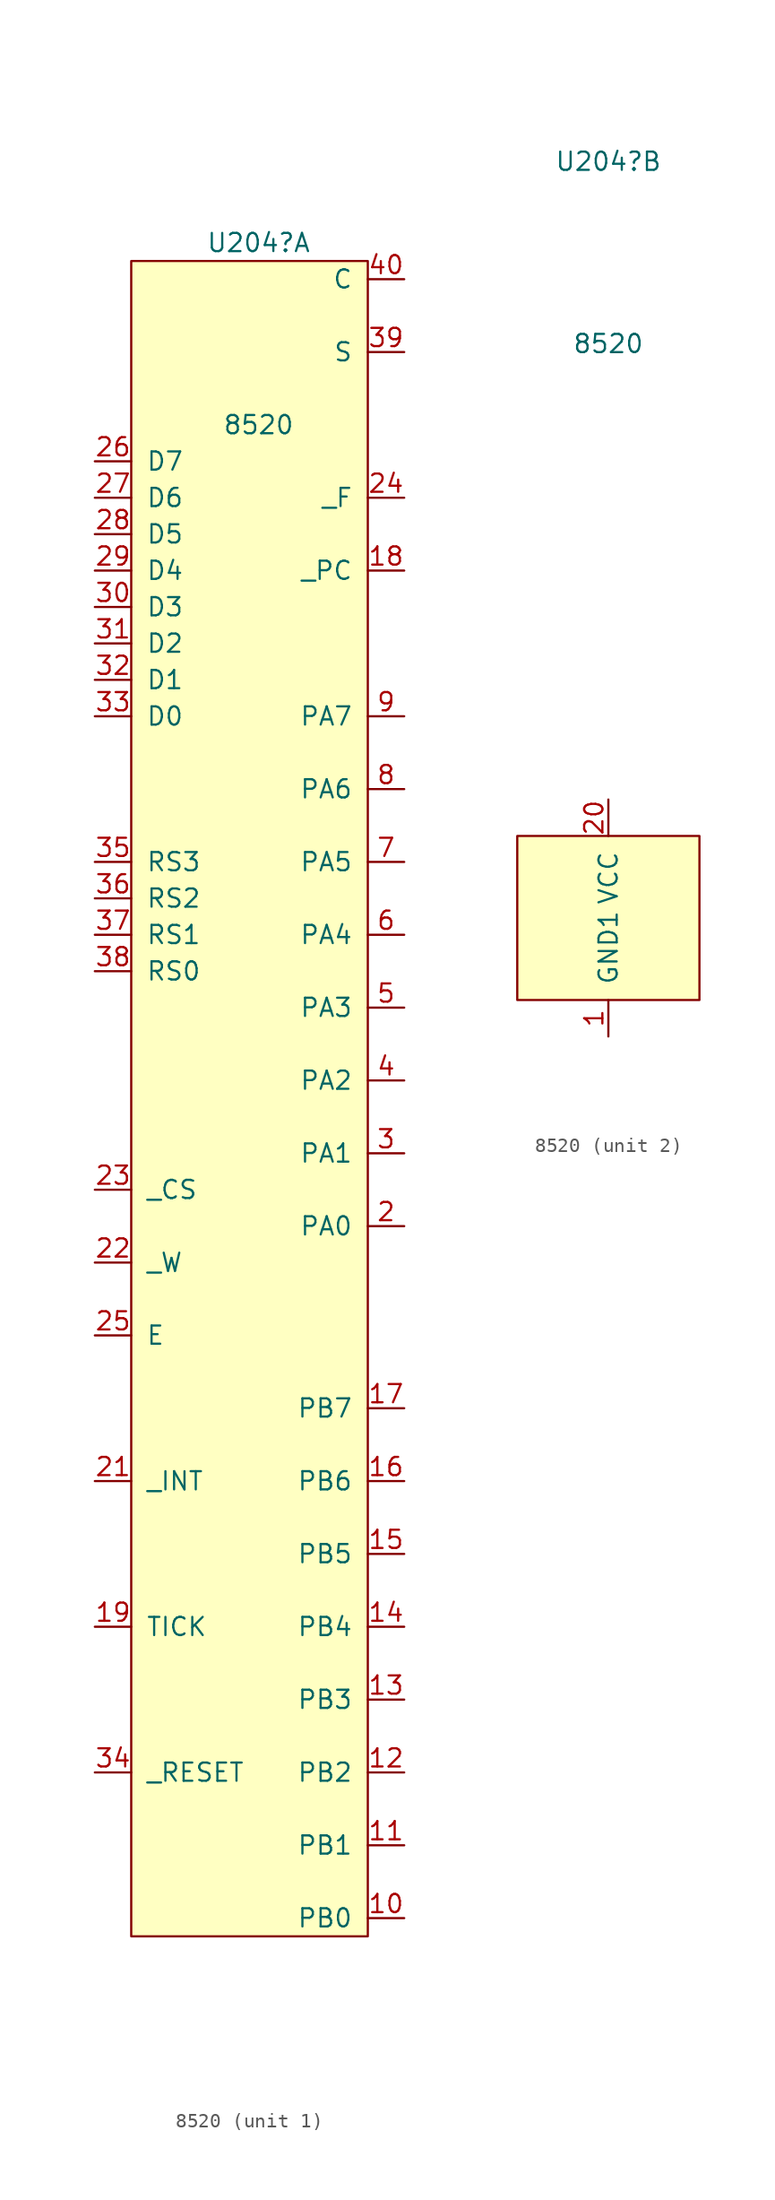
<source format=kicad_sym>
(kicad_symbol_lib
  (version 20220914)
  (generator kicad_symbol_editor)
  (symbol "8520"
    (pin_names
      (offset 1.016))
    (property "Reference" "U204"
      (at 0 53.34 0)
      (effects (font (size 1.27 1.27))))
    (property "Value" "8520"
      (at 0 40.64 0)
      (effects (font (size 1.27 1.27))))
    (property "ki_locked" ""
      (at 0 0 0)
      (effects (font (size 1.27 1.27))))
    (symbol "8520_1_1"
      (rectangle (start -8.89 52.07) (end 7.62 -64.77) (stroke (width 0) (type solid)) (fill (type background)))
      (pin bidirectional line (at 10.16 -63.5 180) (length 2.54) (name "PB0" (effects (font (size 1.27 1.27)))) (number "10" (effects (font (size 1.27 1.27)))))
      (pin bidirectional line (at 10.16 -58.42 180) (length 2.54) (name "PB1" (effects (font (size 1.27 1.27)))) (number "11" (effects (font (size 1.27 1.27)))))
      (pin bidirectional line (at 10.16 -53.34 180) (length 2.54) (name "PB2" (effects (font (size 1.27 1.27)))) (number "12" (effects (font (size 1.27 1.27)))))
      (pin bidirectional line (at 10.16 -48.26 180) (length 2.54) (name "PB3" (effects (font (size 1.27 1.27)))) (number "13" (effects (font (size 1.27 1.27)))))
      (pin bidirectional line (at 10.16 -43.18 180) (length 2.54) (name "PB4" (effects (font (size 1.27 1.27)))) (number "14" (effects (font (size 1.27 1.27)))))
      (pin bidirectional line (at 10.16 -38.1 180) (length 2.54) (name "PB5" (effects (font (size 1.27 1.27)))) (number "15" (effects (font (size 1.27 1.27)))))
      (pin bidirectional line (at 10.16 -33.02 180) (length 2.54) (name "PB6" (effects (font (size 1.27 1.27)))) (number "16" (effects (font (size 1.27 1.27)))))
      (pin bidirectional line (at 10.16 -27.94 180) (length 2.54) (name "PB7" (effects (font (size 1.27 1.27)))) (number "17" (effects (font (size 1.27 1.27)))))
      (pin output line (at 10.16 30.48 180) (length 2.54) (name "_PC" (effects (font (size 1.27 1.27)))) (number "18" (effects (font (size 1.27 1.27)))))
      (pin input line (at -11.43 -43.18 0) (length 2.54) (name "TICK" (effects (font (size 1.27 1.27)))) (number "19" (effects (font (size 1.27 1.27)))))
      (pin bidirectional line (at 10.16 -15.24 180) (length 2.54) (name "PA0" (effects (font (size 1.27 1.27)))) (number "2" (effects (font (size 1.27 1.27)))))
      (pin output line (at -11.43 -33.02 0) (length 2.54) (name "_INT" (effects (font (size 1.27 1.27)))) (number "21" (effects (font (size 1.27 1.27)))))
      (pin input line (at -11.43 -17.78 0) (length 2.54) (name "_W" (effects (font (size 1.27 1.27)))) (number "22" (effects (font (size 1.27 1.27)))))
      (pin input line (at -11.43 -12.7 0) (length 2.54) (name "_CS" (effects (font (size 1.27 1.27)))) (number "23" (effects (font (size 1.27 1.27)))))
      (pin input line (at 10.16 35.56 180) (length 2.54) (name "_F" (effects (font (size 1.27 1.27)))) (number "24" (effects (font (size 1.27 1.27)))))
      (pin input line (at -11.43 -22.86 0) (length 2.54) (name "E" (effects (font (size 1.27 1.27)))) (number "25" (effects (font (size 1.27 1.27)))))
      (pin bidirectional line (at -11.43 38.1 0) (length 2.54) (name "D7" (effects (font (size 1.27 1.27)))) (number "26" (effects (font (size 1.27 1.27)))))
      (pin bidirectional line (at -11.43 35.56 0) (length 2.54) (name "D6" (effects (font (size 1.27 1.27)))) (number "27" (effects (font (size 1.27 1.27)))))
      (pin bidirectional line (at -11.43 33.02 0) (length 2.54) (name "D5" (effects (font (size 1.27 1.27)))) (number "28" (effects (font (size 1.27 1.27)))))
      (pin bidirectional line (at -11.43 30.48 0) (length 2.54) (name "D4" (effects (font (size 1.27 1.27)))) (number "29" (effects (font (size 1.27 1.27)))))
      (pin bidirectional line (at 10.16 -10.16 180) (length 2.54) (name "PA1" (effects (font (size 1.27 1.27)))) (number "3" (effects (font (size 1.27 1.27)))))
      (pin bidirectional line (at -11.43 27.94 0) (length 2.54) (name "D3" (effects (font (size 1.27 1.27)))) (number "30" (effects (font (size 1.27 1.27)))))
      (pin bidirectional line (at -11.43 25.4 0) (length 2.54) (name "D2" (effects (font (size 1.27 1.27)))) (number "31" (effects (font (size 1.27 1.27)))))
      (pin bidirectional line (at -11.43 22.86 0) (length 2.54) (name "D1" (effects (font (size 1.27 1.27)))) (number "32" (effects (font (size 1.27 1.27)))))
      (pin bidirectional line (at -11.43 20.32 0) (length 2.54) (name "D0" (effects (font (size 1.27 1.27)))) (number "33" (effects (font (size 1.27 1.27)))))
      (pin input line (at -11.43 -53.34 0) (length 2.54) (name "_RESET" (effects (font (size 1.27 1.27)))) (number "34" (effects (font (size 1.27 1.27)))))
      (pin input line (at -11.43 10.16 0) (length 2.54) (name "RS3" (effects (font (size 1.27 1.27)))) (number "35" (effects (font (size 1.27 1.27)))))
      (pin input line (at -11.43 7.62 0) (length 2.54) (name "RS2" (effects (font (size 1.27 1.27)))) (number "36" (effects (font (size 1.27 1.27)))))
      (pin input line (at -11.43 5.08 0) (length 2.54) (name "RS1" (effects (font (size 1.27 1.27)))) (number "37" (effects (font (size 1.27 1.27)))))
      (pin input line (at -11.43 2.54 0) (length 2.54) (name "RS0" (effects (font (size 1.27 1.27)))) (number "38" (effects (font (size 1.27 1.27)))))
      (pin input line (at 10.16 45.72 180) (length 2.54) (name "S" (effects (font (size 1.27 1.27)))) (number "39" (effects (font (size 1.27 1.27)))))
      (pin bidirectional line (at 10.16 -5.08 180) (length 2.54) (name "PA2" (effects (font (size 1.27 1.27)))) (number "4" (effects (font (size 1.27 1.27)))))
      (pin input line (at 10.16 50.8 180) (length 2.54) (name "C" (effects (font (size 1.27 1.27)))) (number "40" (effects (font (size 1.27 1.27)))))
      (pin bidirectional line (at 10.16 0 180) (length 2.54) (name "PA3" (effects (font (size 1.27 1.27)))) (number "5" (effects (font (size 1.27 1.27)))))
      (pin bidirectional line (at 10.16 5.08 180) (length 2.54) (name "PA4" (effects (font (size 1.27 1.27)))) (number "6" (effects (font (size 1.27 1.27)))))
      (pin bidirectional line (at 10.16 10.16 180) (length 2.54) (name "PA5" (effects (font (size 1.27 1.27)))) (number "7" (effects (font (size 1.27 1.27)))))
      (pin bidirectional line (at 10.16 15.24 180) (length 2.54) (name "PA6" (effects (font (size 1.27 1.27)))) (number "8" (effects (font (size 1.27 1.27)))))
      (pin bidirectional line (at 10.16 20.32 180) (length 2.54) (name "PA7" (effects (font (size 1.27 1.27)))) (number "9" (effects (font (size 1.27 1.27))))))
    (symbol "8520_2_1"
      (rectangle (start -6.35 6.35) (end 6.35 -5.08) (stroke (width 0) (type solid)) (fill (type background)))
      (pin power_in line (at 0 -7.62 90) (length 2.54) (name "GND1" (effects (font (size 1.27 1.27)))) (number "1" (effects (font (size 1.27 1.27)))))
      (pin power_in line (at 0 8.89 270) (length 2.54) (name "VCC" (effects (font (size 1.27 1.27)))) (number "20" (effects (font (size 1.27 1.27))))))))
</source>
